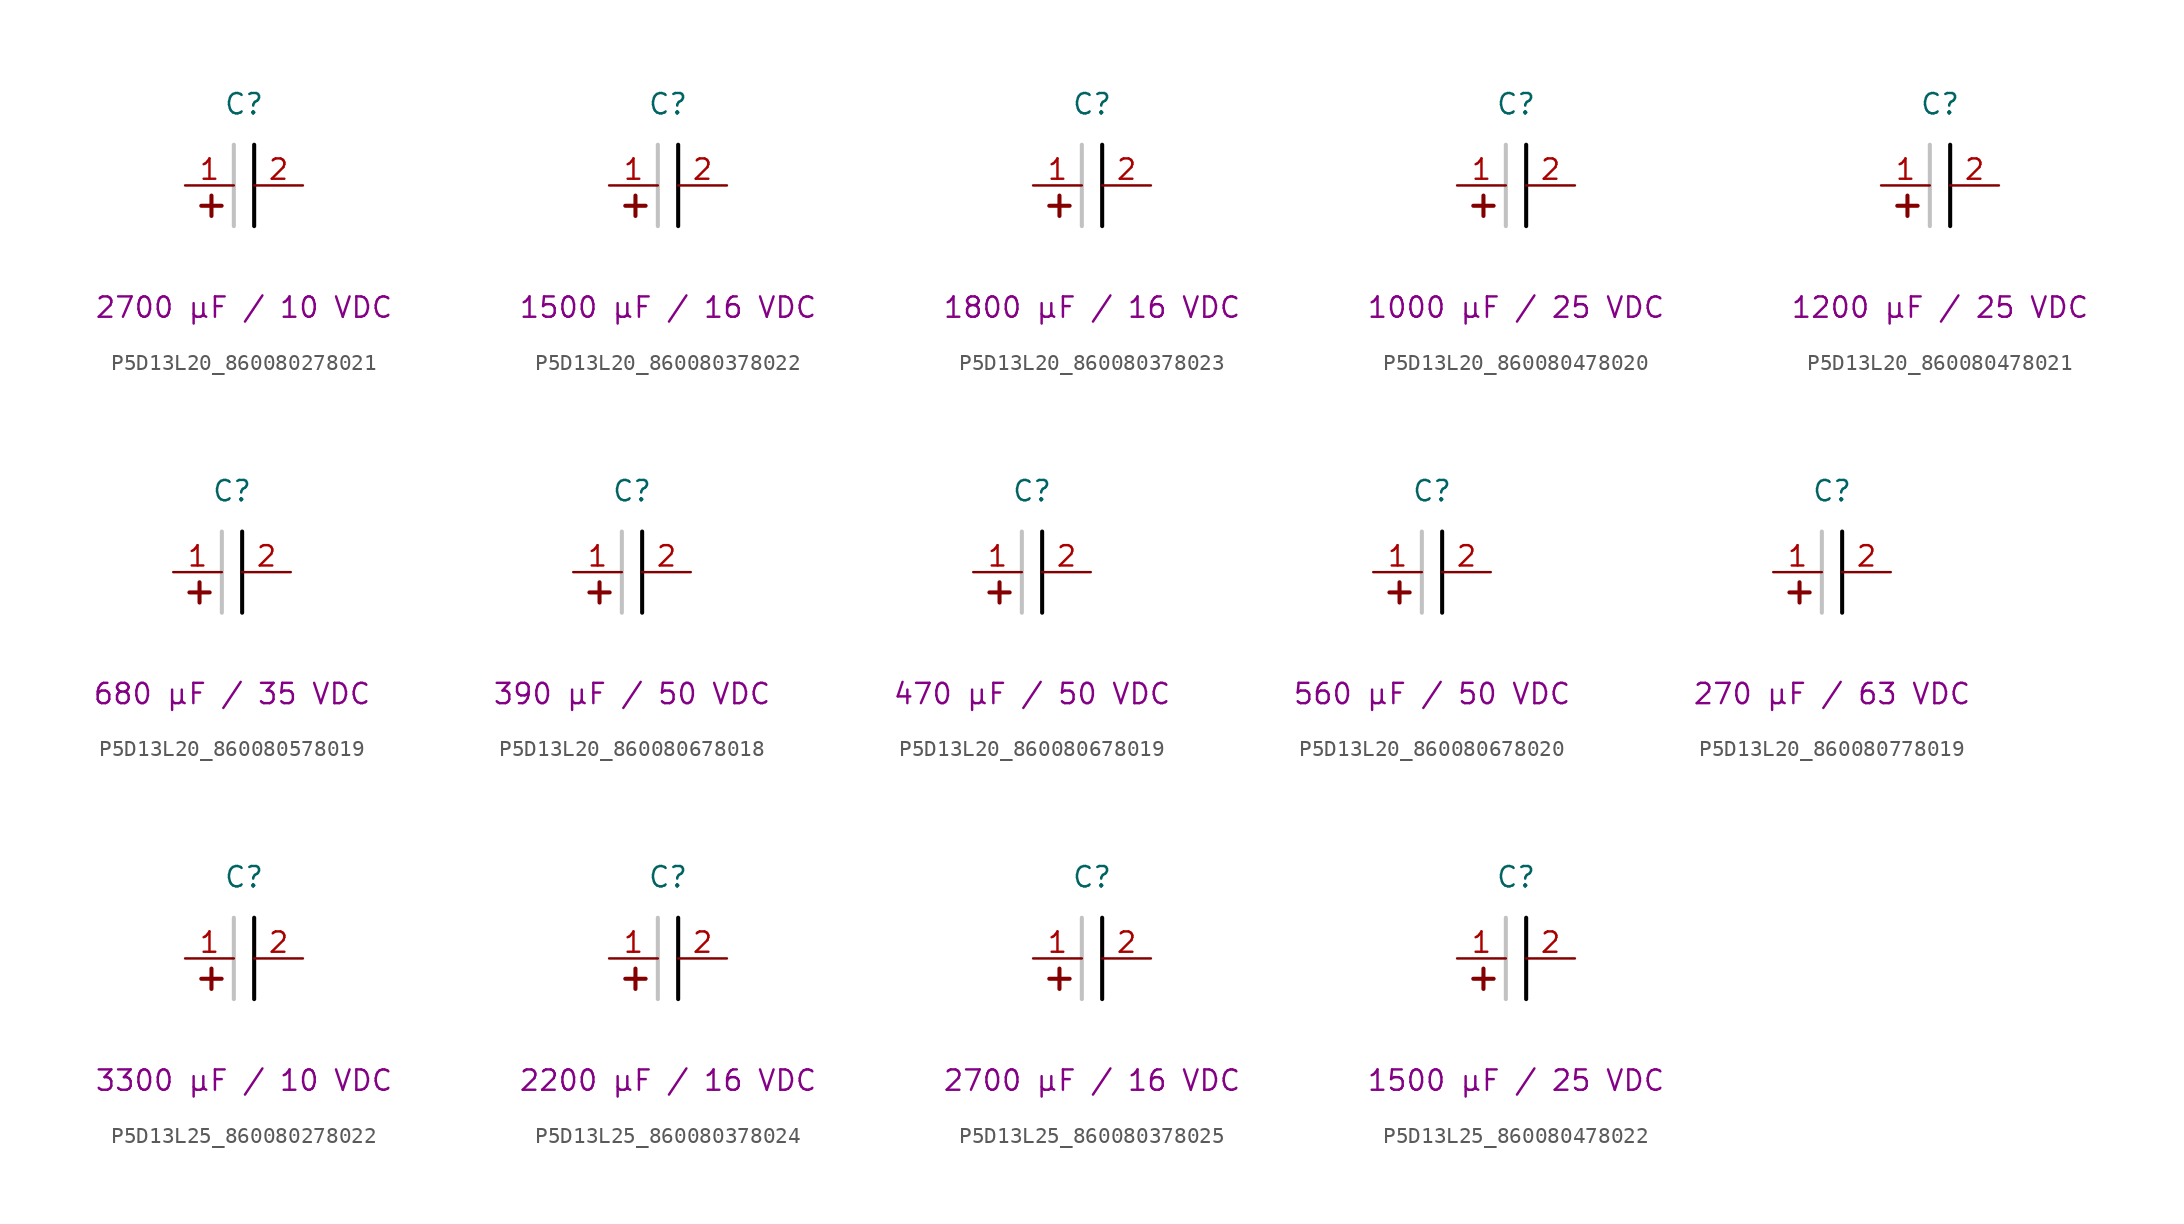
<source format=kicad_sym>
(kicad_symbol_lib
  (version 20220914)
  (generator kicad_symbol_editor)
  (symbol "P5D13L20_860080278021"
    (pin_names hide)
    (property "Reference" "C"
      (at 0 5.08 0)
      (effects (font (size 1.27 1.27))))
    (property "Critical Parameter" "2700 µF / 10 VDC"
      (at 0 -7.62 0)
      (effects (font (size 1.27 1.27))))
    (symbol "P5D13L20_860080278021_1_1"
      (polyline (pts (xy -2.667 -1.27) (xy -1.397 -1.27)) (stroke (width 0.254) (type default)) (fill (type none)))
      (polyline (pts (xy -2.032 -0.635) (xy -2.032 -1.905)) (stroke (width 0.254) (type default)) (fill (type none)))
      (polyline (pts (xy -0.635 2.54) (xy -0.635 -2.54)) (stroke (width 0.254) (type default) (color 194 194 194 1)) (fill (type none)))
      (polyline (pts (xy 0.635 2.54) (xy 0.635 -2.54)) (stroke (width 0.254) (type default) (color 0 0 0 1)) (fill (type none)))
      (pin passive line (at -3.679 0 0) (length 3.044) (name "1" (effects (font (size 1.27 1.27)))) (number "1" (effects (font (size 1.27 1.27)))))
      (pin passive line (at 3.679 0 180) (length 3.044) (name "2" (effects (font (size 1.27 1.27)))) (number "2" (effects (font (size 1.27 1.27)))))))
  (symbol "P5D13L20_860080378022"
    (pin_names hide)
    (property "Reference" "C"
      (at 0 5.08 0)
      (effects (font (size 1.27 1.27))))
    (property "Critical Parameter" "1500 µF / 16 VDC"
      (at 0 -7.62 0)
      (effects (font (size 1.27 1.27))))
    (symbol "P5D13L20_860080378022_1_1"
      (polyline (pts (xy -2.667 -1.27) (xy -1.397 -1.27)) (stroke (width 0.254) (type default)) (fill (type none)))
      (polyline (pts (xy -2.032 -0.635) (xy -2.032 -1.905)) (stroke (width 0.254) (type default)) (fill (type none)))
      (polyline (pts (xy -0.635 2.54) (xy -0.635 -2.54)) (stroke (width 0.254) (type default) (color 194 194 194 1)) (fill (type none)))
      (polyline (pts (xy 0.635 2.54) (xy 0.635 -2.54)) (stroke (width 0.254) (type default) (color 0 0 0 1)) (fill (type none)))
      (pin passive line (at -3.679 0 0) (length 3.044) (name "1" (effects (font (size 1.27 1.27)))) (number "1" (effects (font (size 1.27 1.27)))))
      (pin passive line (at 3.679 0 180) (length 3.044) (name "2" (effects (font (size 1.27 1.27)))) (number "2" (effects (font (size 1.27 1.27)))))))
  (symbol "P5D13L20_860080378023"
    (pin_names hide)
    (property "Reference" "C"
      (at 0 5.08 0)
      (effects (font (size 1.27 1.27))))
    (property "Critical Parameter" "1800 µF / 16 VDC"
      (at 0 -7.62 0)
      (effects (font (size 1.27 1.27))))
    (symbol "P5D13L20_860080378023_1_1"
      (polyline (pts (xy -2.667 -1.27) (xy -1.397 -1.27)) (stroke (width 0.254) (type default)) (fill (type none)))
      (polyline (pts (xy -2.032 -0.635) (xy -2.032 -1.905)) (stroke (width 0.254) (type default)) (fill (type none)))
      (polyline (pts (xy -0.635 2.54) (xy -0.635 -2.54)) (stroke (width 0.254) (type default) (color 194 194 194 1)) (fill (type none)))
      (polyline (pts (xy 0.635 2.54) (xy 0.635 -2.54)) (stroke (width 0.254) (type default) (color 0 0 0 1)) (fill (type none)))
      (pin passive line (at -3.679 0 0) (length 3.044) (name "1" (effects (font (size 1.27 1.27)))) (number "1" (effects (font (size 1.27 1.27)))))
      (pin passive line (at 3.679 0 180) (length 3.044) (name "2" (effects (font (size 1.27 1.27)))) (number "2" (effects (font (size 1.27 1.27)))))))
  (symbol "P5D13L20_860080478020"
    (pin_names hide)
    (property "Reference" "C"
      (at 0 5.08 0)
      (effects (font (size 1.27 1.27))))
    (property "Critical Parameter" "1000 µF / 25 VDC"
      (at 0 -7.62 0)
      (effects (font (size 1.27 1.27))))
    (symbol "P5D13L20_860080478020_1_1"
      (polyline (pts (xy -2.667 -1.27) (xy -1.397 -1.27)) (stroke (width 0.254) (type default)) (fill (type none)))
      (polyline (pts (xy -2.032 -0.635) (xy -2.032 -1.905)) (stroke (width 0.254) (type default)) (fill (type none)))
      (polyline (pts (xy -0.635 2.54) (xy -0.635 -2.54)) (stroke (width 0.254) (type default) (color 194 194 194 1)) (fill (type none)))
      (polyline (pts (xy 0.635 2.54) (xy 0.635 -2.54)) (stroke (width 0.254) (type default) (color 0 0 0 1)) (fill (type none)))
      (pin passive line (at -3.679 0 0) (length 3.044) (name "1" (effects (font (size 1.27 1.27)))) (number "1" (effects (font (size 1.27 1.27)))))
      (pin passive line (at 3.679 0 180) (length 3.044) (name "2" (effects (font (size 1.27 1.27)))) (number "2" (effects (font (size 1.27 1.27)))))))
  (symbol "P5D13L20_860080478021"
    (pin_names hide)
    (property "Reference" "C"
      (at 0 5.08 0)
      (effects (font (size 1.27 1.27))))
    (property "Critical Parameter" "1200 µF / 25 VDC"
      (at 0 -7.62 0)
      (effects (font (size 1.27 1.27))))
    (symbol "P5D13L20_860080478021_1_1"
      (polyline (pts (xy -2.667 -1.27) (xy -1.397 -1.27)) (stroke (width 0.254) (type default)) (fill (type none)))
      (polyline (pts (xy -2.032 -0.635) (xy -2.032 -1.905)) (stroke (width 0.254) (type default)) (fill (type none)))
      (polyline (pts (xy -0.635 2.54) (xy -0.635 -2.54)) (stroke (width 0.254) (type default) (color 194 194 194 1)) (fill (type none)))
      (polyline (pts (xy 0.635 2.54) (xy 0.635 -2.54)) (stroke (width 0.254) (type default) (color 0 0 0 1)) (fill (type none)))
      (pin passive line (at -3.679 0 0) (length 3.044) (name "1" (effects (font (size 1.27 1.27)))) (number "1" (effects (font (size 1.27 1.27)))))
      (pin passive line (at 3.679 0 180) (length 3.044) (name "2" (effects (font (size 1.27 1.27)))) (number "2" (effects (font (size 1.27 1.27)))))))
  (symbol "P5D13L20_860080578019"
    (pin_names hide)
    (property "Reference" "C"
      (at 0 5.08 0)
      (effects (font (size 1.27 1.27))))
    (property "Critical Parameter" "680 µF / 35 VDC"
      (at 0 -7.62 0)
      (effects (font (size 1.27 1.27))))
    (symbol "P5D13L20_860080578019_1_1"
      (polyline (pts (xy -2.667 -1.27) (xy -1.397 -1.27)) (stroke (width 0.254) (type default)) (fill (type none)))
      (polyline (pts (xy -2.032 -0.635) (xy -2.032 -1.905)) (stroke (width 0.254) (type default)) (fill (type none)))
      (polyline (pts (xy -0.635 2.54) (xy -0.635 -2.54)) (stroke (width 0.254) (type default) (color 194 194 194 1)) (fill (type none)))
      (polyline (pts (xy 0.635 2.54) (xy 0.635 -2.54)) (stroke (width 0.254) (type default) (color 0 0 0 1)) (fill (type none)))
      (pin passive line (at -3.679 0 0) (length 3.044) (name "1" (effects (font (size 1.27 1.27)))) (number "1" (effects (font (size 1.27 1.27)))))
      (pin passive line (at 3.679 0 180) (length 3.044) (name "2" (effects (font (size 1.27 1.27)))) (number "2" (effects (font (size 1.27 1.27)))))))
  (symbol "P5D13L20_860080678018"
    (pin_names hide)
    (property "Reference" "C"
      (at 0 5.08 0)
      (effects (font (size 1.27 1.27))))
    (property "Critical Parameter" "390 µF / 50 VDC"
      (at 0 -7.62 0)
      (effects (font (size 1.27 1.27))))
    (symbol "P5D13L20_860080678018_1_1"
      (polyline (pts (xy -2.667 -1.27) (xy -1.397 -1.27)) (stroke (width 0.254) (type default)) (fill (type none)))
      (polyline (pts (xy -2.032 -0.635) (xy -2.032 -1.905)) (stroke (width 0.254) (type default)) (fill (type none)))
      (polyline (pts (xy -0.635 2.54) (xy -0.635 -2.54)) (stroke (width 0.254) (type default) (color 194 194 194 1)) (fill (type none)))
      (polyline (pts (xy 0.635 2.54) (xy 0.635 -2.54)) (stroke (width 0.254) (type default) (color 0 0 0 1)) (fill (type none)))
      (pin passive line (at -3.679 0 0) (length 3.044) (name "1" (effects (font (size 1.27 1.27)))) (number "1" (effects (font (size 1.27 1.27)))))
      (pin passive line (at 3.679 0 180) (length 3.044) (name "2" (effects (font (size 1.27 1.27)))) (number "2" (effects (font (size 1.27 1.27)))))))
  (symbol "P5D13L20_860080678019"
    (pin_names hide)
    (property "Reference" "C"
      (at 0 5.08 0)
      (effects (font (size 1.27 1.27))))
    (property "Critical Parameter" "470 µF / 50 VDC"
      (at 0 -7.62 0)
      (effects (font (size 1.27 1.27))))
    (symbol "P5D13L20_860080678019_1_1"
      (polyline (pts (xy -2.667 -1.27) (xy -1.397 -1.27)) (stroke (width 0.254) (type default)) (fill (type none)))
      (polyline (pts (xy -2.032 -0.635) (xy -2.032 -1.905)) (stroke (width 0.254) (type default)) (fill (type none)))
      (polyline (pts (xy -0.635 2.54) (xy -0.635 -2.54)) (stroke (width 0.254) (type default) (color 194 194 194 1)) (fill (type none)))
      (polyline (pts (xy 0.635 2.54) (xy 0.635 -2.54)) (stroke (width 0.254) (type default) (color 0 0 0 1)) (fill (type none)))
      (pin passive line (at -3.679 0 0) (length 3.044) (name "1" (effects (font (size 1.27 1.27)))) (number "1" (effects (font (size 1.27 1.27)))))
      (pin passive line (at 3.679 0 180) (length 3.044) (name "2" (effects (font (size 1.27 1.27)))) (number "2" (effects (font (size 1.27 1.27)))))))
  (symbol "P5D13L20_860080678020"
    (pin_names hide)
    (property "Reference" "C"
      (at 0 5.08 0)
      (effects (font (size 1.27 1.27))))
    (property "Critical Parameter" "560 µF / 50 VDC"
      (at 0 -7.62 0)
      (effects (font (size 1.27 1.27))))
    (symbol "P5D13L20_860080678020_1_1"
      (polyline (pts (xy -2.667 -1.27) (xy -1.397 -1.27)) (stroke (width 0.254) (type default)) (fill (type none)))
      (polyline (pts (xy -2.032 -0.635) (xy -2.032 -1.905)) (stroke (width 0.254) (type default)) (fill (type none)))
      (polyline (pts (xy -0.635 2.54) (xy -0.635 -2.54)) (stroke (width 0.254) (type default) (color 194 194 194 1)) (fill (type none)))
      (polyline (pts (xy 0.635 2.54) (xy 0.635 -2.54)) (stroke (width 0.254) (type default) (color 0 0 0 1)) (fill (type none)))
      (pin passive line (at -3.679 0 0) (length 3.044) (name "1" (effects (font (size 1.27 1.27)))) (number "1" (effects (font (size 1.27 1.27)))))
      (pin passive line (at 3.679 0 180) (length 3.044) (name "2" (effects (font (size 1.27 1.27)))) (number "2" (effects (font (size 1.27 1.27)))))))
  (symbol "P5D13L20_860080778019"
    (pin_names hide)
    (property "Reference" "C"
      (at 0 5.08 0)
      (effects (font (size 1.27 1.27))))
    (property "Critical Parameter" "270 µF / 63 VDC"
      (at 0 -7.62 0)
      (effects (font (size 1.27 1.27))))
    (symbol "P5D13L20_860080778019_1_1"
      (polyline (pts (xy -2.667 -1.27) (xy -1.397 -1.27)) (stroke (width 0.254) (type default)) (fill (type none)))
      (polyline (pts (xy -2.032 -0.635) (xy -2.032 -1.905)) (stroke (width 0.254) (type default)) (fill (type none)))
      (polyline (pts (xy -0.635 2.54) (xy -0.635 -2.54)) (stroke (width 0.254) (type default) (color 194 194 194 1)) (fill (type none)))
      (polyline (pts (xy 0.635 2.54) (xy 0.635 -2.54)) (stroke (width 0.254) (type default) (color 0 0 0 1)) (fill (type none)))
      (pin passive line (at -3.679 0 0) (length 3.044) (name "1" (effects (font (size 1.27 1.27)))) (number "1" (effects (font (size 1.27 1.27)))))
      (pin passive line (at 3.679 0 180) (length 3.044) (name "2" (effects (font (size 1.27 1.27)))) (number "2" (effects (font (size 1.27 1.27)))))))
  (symbol "P5D13L25_860080278022"
    (pin_names hide)
    (property "Reference" "C"
      (at 0 5.08 0)
      (effects (font (size 1.27 1.27))))
    (property "Critical Parameter" "3300 µF / 10 VDC"
      (at 0 -7.62 0)
      (effects (font (size 1.27 1.27))))
    (symbol "P5D13L25_860080278022_1_1"
      (polyline (pts (xy -2.667 -1.27) (xy -1.397 -1.27)) (stroke (width 0.254) (type default)) (fill (type none)))
      (polyline (pts (xy -2.032 -0.635) (xy -2.032 -1.905)) (stroke (width 0.254) (type default)) (fill (type none)))
      (polyline (pts (xy -0.635 2.54) (xy -0.635 -2.54)) (stroke (width 0.254) (type default) (color 194 194 194 1)) (fill (type none)))
      (polyline (pts (xy 0.635 2.54) (xy 0.635 -2.54)) (stroke (width 0.254) (type default) (color 0 0 0 1)) (fill (type none)))
      (pin passive line (at -3.679 0 0) (length 3.044) (name "1" (effects (font (size 1.27 1.27)))) (number "1" (effects (font (size 1.27 1.27)))))
      (pin passive line (at 3.679 0 180) (length 3.044) (name "2" (effects (font (size 1.27 1.27)))) (number "2" (effects (font (size 1.27 1.27)))))))
  (symbol "P5D13L25_860080378024"
    (pin_names hide)
    (property "Reference" "C"
      (at 0 5.08 0)
      (effects (font (size 1.27 1.27))))
    (property "Critical Parameter" "2200 µF / 16 VDC"
      (at 0 -7.62 0)
      (effects (font (size 1.27 1.27))))
    (symbol "P5D13L25_860080378024_1_1"
      (polyline (pts (xy -2.667 -1.27) (xy -1.397 -1.27)) (stroke (width 0.254) (type default)) (fill (type none)))
      (polyline (pts (xy -2.032 -0.635) (xy -2.032 -1.905)) (stroke (width 0.254) (type default)) (fill (type none)))
      (polyline (pts (xy -0.635 2.54) (xy -0.635 -2.54)) (stroke (width 0.254) (type default) (color 194 194 194 1)) (fill (type none)))
      (polyline (pts (xy 0.635 2.54) (xy 0.635 -2.54)) (stroke (width 0.254) (type default) (color 0 0 0 1)) (fill (type none)))
      (pin passive line (at -3.679 0 0) (length 3.044) (name "1" (effects (font (size 1.27 1.27)))) (number "1" (effects (font (size 1.27 1.27)))))
      (pin passive line (at 3.679 0 180) (length 3.044) (name "2" (effects (font (size 1.27 1.27)))) (number "2" (effects (font (size 1.27 1.27)))))))
  (symbol "P5D13L25_860080378025"
    (pin_names hide)
    (property "Reference" "C"
      (at 0 5.08 0)
      (effects (font (size 1.27 1.27))))
    (property "Critical Parameter" "2700 µF / 16 VDC"
      (at 0 -7.62 0)
      (effects (font (size 1.27 1.27))))
    (symbol "P5D13L25_860080378025_1_1"
      (polyline (pts (xy -2.667 -1.27) (xy -1.397 -1.27)) (stroke (width 0.254) (type default)) (fill (type none)))
      (polyline (pts (xy -2.032 -0.635) (xy -2.032 -1.905)) (stroke (width 0.254) (type default)) (fill (type none)))
      (polyline (pts (xy -0.635 2.54) (xy -0.635 -2.54)) (stroke (width 0.254) (type default) (color 194 194 194 1)) (fill (type none)))
      (polyline (pts (xy 0.635 2.54) (xy 0.635 -2.54)) (stroke (width 0.254) (type default) (color 0 0 0 1)) (fill (type none)))
      (pin passive line (at -3.679 0 0) (length 3.044) (name "1" (effects (font (size 1.27 1.27)))) (number "1" (effects (font (size 1.27 1.27)))))
      (pin passive line (at 3.679 0 180) (length 3.044) (name "2" (effects (font (size 1.27 1.27)))) (number "2" (effects (font (size 1.27 1.27)))))))
  (symbol "P5D13L25_860080478022"
    (pin_names hide)
    (property "Reference" "C"
      (at 0 5.08 0)
      (effects (font (size 1.27 1.27))))
    (property "Critical Parameter" "1500 µF / 25 VDC"
      (at 0 -7.62 0)
      (effects (font (size 1.27 1.27))))
    (symbol "P5D13L25_860080478022_1_1"
      (polyline (pts (xy -2.667 -1.27) (xy -1.397 -1.27)) (stroke (width 0.254) (type default)) (fill (type none)))
      (polyline (pts (xy -2.032 -0.635) (xy -2.032 -1.905)) (stroke (width 0.254) (type default)) (fill (type none)))
      (polyline (pts (xy -0.635 2.54) (xy -0.635 -2.54)) (stroke (width 0.254) (type default) (color 194 194 194 1)) (fill (type none)))
      (polyline (pts (xy 0.635 2.54) (xy 0.635 -2.54)) (stroke (width 0.254) (type default) (color 0 0 0 1)) (fill (type none)))
      (pin passive line (at -3.679 0 0) (length 3.044) (name "1" (effects (font (size 1.27 1.27)))) (number "1" (effects (font (size 1.27 1.27)))))
      (pin passive line (at 3.679 0 180) (length 3.044) (name "2" (effects (font (size 1.27 1.27)))) (number "2" (effects (font (size 1.27 1.27))))))))
</source>
